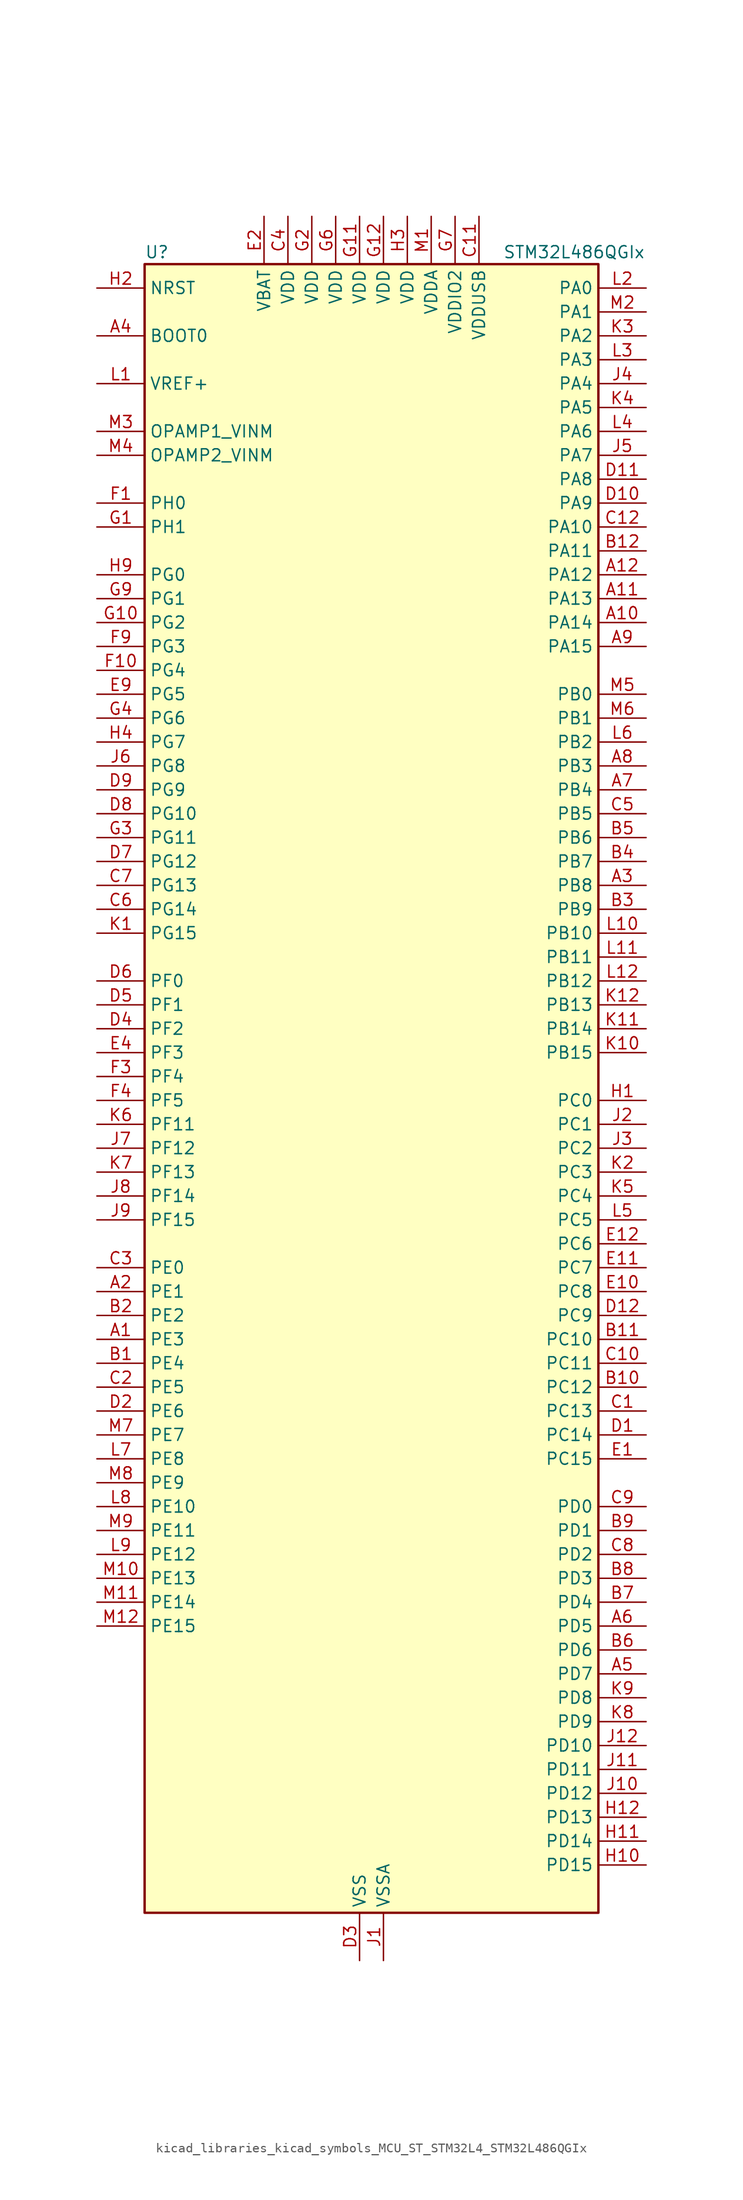
<source format=kicad_sym>
(kicad_symbol_lib
  (version 20220914)
  (generator kicad_symbol_editor)
  (symbol "kicad_libraries_kicad_symbols_MCU_ST_STM32L4_STM32L486QGIx"
    (property "Reference" "U"
      (at -22.86 90.17 0)
      (effects (font (size 1.27 1.27)) (justify left)))
    (property "Value" "STM32L486QGIx"
      (at 15.24 90.17 0)
      (effects (font (size 1.27 1.27)) (justify left)))
    (property "ki_locked" ""
      (at 0 0 0)
      (effects (font (size 1.27 1.27))))
    (symbol "kicad_libraries_kicad_symbols_MCU_ST_STM32L4_STM32L486QGIx_0_1"
      (rectangle (start -22.86 -86.36) (end 25.4 88.9) (stroke (width 0.254) (type default)) (fill (type background))))
    (symbol "kicad_libraries_kicad_symbols_MCU_ST_STM32L4_STM32L486QGIx_1_1"
      (pin bidirectional line (at -27.94 -25.4 0) (length 5.08) (name "PE3" (effects (font (size 1.27 1.27)))) (number "A1" (effects (font (size 1.27 1.27)))) (alternate "FMC_A19" bidirectional line) (alternate "LCD_SEG39" bidirectional line) (alternate "SAI1_SD_B" bidirectional line) (alternate "SYS_TRACED0" bidirectional line) (alternate "TIM3_CH1" bidirectional line) (alternate "TSC_G7_IO2" bidirectional line))
      (pin bidirectional line (at 30.48 50.8 180) (length 5.08) (name "PA14" (effects (font (size 1.27 1.27)))) (number "A10" (effects (font (size 1.27 1.27)))) (alternate "SYS_JTCK-SWCLK" bidirectional line))
      (pin bidirectional line (at 30.48 53.34 180) (length 5.08) (name "PA13" (effects (font (size 1.27 1.27)))) (number "A11" (effects (font (size 1.27 1.27)))) (alternate "IR_OUT" bidirectional line) (alternate "SYS_JTMS-SWDIO" bidirectional line) (alternate "USB_OTG_FS_NOE" bidirectional line))
      (pin bidirectional line (at 30.48 55.88 180) (length 5.08) (name "PA12" (effects (font (size 1.27 1.27)))) (number "A12" (effects (font (size 1.27 1.27)))) (alternate "CAN1_TX" bidirectional line) (alternate "TIM1_ETR" bidirectional line) (alternate "USART1_DE" bidirectional line) (alternate "USART1_RTS" bidirectional line) (alternate "USB_OTG_FS_DP" bidirectional line))
      (pin bidirectional line (at -27.94 -20.32 0) (length 5.08) (name "PE1" (effects (font (size 1.27 1.27)))) (number "A2" (effects (font (size 1.27 1.27)))) (alternate "FMC_NBL1" bidirectional line) (alternate "LCD_SEG37" bidirectional line) (alternate "TIM17_CH1" bidirectional line))
      (pin bidirectional line (at 30.48 22.86 180) (length 5.08) (name "PB8" (effects (font (size 1.27 1.27)))) (number "A3" (effects (font (size 1.27 1.27)))) (alternate "CAN1_RX" bidirectional line) (alternate "DFSDM1_DATIN6" bidirectional line) (alternate "I2C1_SCL" bidirectional line) (alternate "LCD_SEG16" bidirectional line) (alternate "SAI1_MCLK_A" bidirectional line) (alternate "SDMMC1_D4" bidirectional line) (alternate "TIM16_CH1" bidirectional line) (alternate "TIM4_CH3" bidirectional line))
      (pin input line (at -27.94 81.28 0) (length 5.08) (name "BOOT0" (effects (font (size 1.27 1.27)))) (number "A4" (effects (font (size 1.27 1.27)))))
      (pin bidirectional line (at 30.48 -60.96 180) (length 5.08) (name "PD7" (effects (font (size 1.27 1.27)))) (number "A5" (effects (font (size 1.27 1.27)))) (alternate "DFSDM1_CKIN1" bidirectional line) (alternate "FMC_NE1" bidirectional line) (alternate "USART2_CK" bidirectional line))
      (pin bidirectional line (at 30.48 -55.88 180) (length 5.08) (name "PD5" (effects (font (size 1.27 1.27)))) (number "A6" (effects (font (size 1.27 1.27)))) (alternate "FMC_NWE" bidirectional line) (alternate "USART2_TX" bidirectional line))
      (pin bidirectional line (at 30.48 33.02 180) (length 5.08) (name "PB4" (effects (font (size 1.27 1.27)))) (number "A7" (effects (font (size 1.27 1.27)))) (alternate "COMP2_INP" bidirectional line) (alternate "LCD_SEG8" bidirectional line) (alternate "SAI1_MCLK_B" bidirectional line) (alternate "SPI1_MISO" bidirectional line) (alternate "SPI3_MISO" bidirectional line) (alternate "SYS_JTRST" bidirectional line) (alternate "TIM17_BKIN" bidirectional line) (alternate "TIM3_CH1" bidirectional line) (alternate "TSC_G2_IO1" bidirectional line) (alternate "UART5_DE" bidirectional line) (alternate "UART5_RTS" bidirectional line) (alternate "USART1_CTS" bidirectional line))
      (pin bidirectional line (at 30.48 35.56 180) (length 5.08) (name "PB3" (effects (font (size 1.27 1.27)))) (number "A8" (effects (font (size 1.27 1.27)))) (alternate "COMP2_INM" bidirectional line) (alternate "LCD_SEG7" bidirectional line) (alternate "SAI1_SCK_B" bidirectional line) (alternate "SPI1_SCK" bidirectional line) (alternate "SPI3_SCK" bidirectional line) (alternate "SYS_JTDO-SWO" bidirectional line) (alternate "TIM2_CH2" bidirectional line) (alternate "USART1_DE" bidirectional line) (alternate "USART1_RTS" bidirectional line))
      (pin bidirectional line (at 30.48 48.26 180) (length 5.08) (name "PA15" (effects (font (size 1.27 1.27)))) (number "A9" (effects (font (size 1.27 1.27)))) (alternate "ADC1_EXTI15" bidirectional line) (alternate "ADC2_EXTI15" bidirectional line) (alternate "ADC3_EXTI15" bidirectional line) (alternate "LCD_SEG17" bidirectional line) (alternate "SAI2_FS_B" bidirectional line) (alternate "SPI1_NSS" bidirectional line) (alternate "SPI3_NSS" bidirectional line) (alternate "SYS_JTDI" bidirectional line) (alternate "TIM2_CH1" bidirectional line) (alternate "TIM2_ETR" bidirectional line) (alternate "TSC_G3_IO1" bidirectional line) (alternate "UART4_DE" bidirectional line) (alternate "UART4_RTS" bidirectional line))
      (pin bidirectional line (at -27.94 -27.94 0) (length 5.08) (name "PE4" (effects (font (size 1.27 1.27)))) (number "B1" (effects (font (size 1.27 1.27)))) (alternate "DFSDM1_DATIN3" bidirectional line) (alternate "FMC_A20" bidirectional line) (alternate "SAI1_FS_A" bidirectional line) (alternate "SYS_TRACED1" bidirectional line) (alternate "TIM3_CH2" bidirectional line) (alternate "TSC_G7_IO3" bidirectional line))
      (pin bidirectional line (at 30.48 -30.48 180) (length 5.08) (name "PC12" (effects (font (size 1.27 1.27)))) (number "B10" (effects (font (size 1.27 1.27)))) (alternate "LCD_COM6" bidirectional line) (alternate "LCD_SEG30" bidirectional line) (alternate "LCD_SEG42" bidirectional line) (alternate "SAI2_SD_B" bidirectional line) (alternate "SDMMC1_CK" bidirectional line) (alternate "SPI3_MOSI" bidirectional line) (alternate "TSC_G3_IO4" bidirectional line) (alternate "UART5_TX" bidirectional line) (alternate "USART3_CK" bidirectional line))
      (pin bidirectional line (at 30.48 -25.4 180) (length 5.08) (name "PC10" (effects (font (size 1.27 1.27)))) (number "B11" (effects (font (size 1.27 1.27)))) (alternate "LCD_COM4" bidirectional line) (alternate "LCD_SEG28" bidirectional line) (alternate "LCD_SEG40" bidirectional line) (alternate "SAI2_SCK_B" bidirectional line) (alternate "SDMMC1_D2" bidirectional line) (alternate "SPI3_SCK" bidirectional line) (alternate "TSC_G3_IO2" bidirectional line) (alternate "UART4_TX" bidirectional line) (alternate "USART3_TX" bidirectional line))
      (pin bidirectional line (at 30.48 58.42 180) (length 5.08) (name "PA11" (effects (font (size 1.27 1.27)))) (number "B12" (effects (font (size 1.27 1.27)))) (alternate "ADC1_EXTI11" bidirectional line) (alternate "ADC2_EXTI11" bidirectional line) (alternate "ADC3_EXTI11" bidirectional line) (alternate "CAN1_RX" bidirectional line) (alternate "TIM1_BKIN2" bidirectional line) (alternate "TIM1_BKIN2_COMP1" bidirectional line) (alternate "TIM1_CH4" bidirectional line) (alternate "USART1_CTS" bidirectional line) (alternate "USB_OTG_FS_DM" bidirectional line))
      (pin bidirectional line (at -27.94 -22.86 0) (length 5.08) (name "PE2" (effects (font (size 1.27 1.27)))) (number "B2" (effects (font (size 1.27 1.27)))) (alternate "FMC_A23" bidirectional line) (alternate "LCD_SEG38" bidirectional line) (alternate "SAI1_MCLK_A" bidirectional line) (alternate "SYS_TRACECLK" bidirectional line) (alternate "TIM3_ETR" bidirectional line) (alternate "TSC_G7_IO1" bidirectional line))
      (pin bidirectional line (at 30.48 20.32 180) (length 5.08) (name "PB9" (effects (font (size 1.27 1.27)))) (number "B3" (effects (font (size 1.27 1.27)))) (alternate "CAN1_TX" bidirectional line) (alternate "DAC1_EXTI9" bidirectional line) (alternate "DFSDM1_CKIN6" bidirectional line) (alternate "I2C1_SDA" bidirectional line) (alternate "IR_OUT" bidirectional line) (alternate "LCD_COM3" bidirectional line) (alternate "SAI1_FS_A" bidirectional line) (alternate "SDMMC1_D5" bidirectional line) (alternate "SPI2_NSS" bidirectional line) (alternate "TIM17_CH1" bidirectional line) (alternate "TIM4_CH4" bidirectional line))
      (pin bidirectional line (at 30.48 25.4 180) (length 5.08) (name "PB7" (effects (font (size 1.27 1.27)))) (number "B4" (effects (font (size 1.27 1.27)))) (alternate "COMP2_INM" bidirectional line) (alternate "DFSDM1_CKIN5" bidirectional line) (alternate "FMC_NL" bidirectional line) (alternate "I2C1_SDA" bidirectional line) (alternate "LCD_SEG21" bidirectional line) (alternate "LPTIM1_IN2" bidirectional line) (alternate "SYS_PVD_IN" bidirectional line) (alternate "TIM17_CH1N" bidirectional line) (alternate "TIM4_CH2" bidirectional line) (alternate "TIM8_BKIN" bidirectional line) (alternate "TIM8_BKIN_COMP1" bidirectional line) (alternate "TSC_G2_IO4" bidirectional line) (alternate "UART4_CTS" bidirectional line) (alternate "USART1_RX" bidirectional line))
      (pin bidirectional line (at 30.48 27.94 180) (length 5.08) (name "PB6" (effects (font (size 1.27 1.27)))) (number "B5" (effects (font (size 1.27 1.27)))) (alternate "COMP2_INP" bidirectional line) (alternate "DFSDM1_DATIN5" bidirectional line) (alternate "I2C1_SCL" bidirectional line) (alternate "LPTIM1_ETR" bidirectional line) (alternate "SAI1_FS_B" bidirectional line) (alternate "TIM16_CH1N" bidirectional line) (alternate "TIM4_CH1" bidirectional line) (alternate "TIM8_BKIN2" bidirectional line) (alternate "TIM8_BKIN2_COMP2" bidirectional line) (alternate "TSC_G2_IO3" bidirectional line) (alternate "USART1_TX" bidirectional line))
      (pin bidirectional line (at 30.48 -58.42 180) (length 5.08) (name "PD6" (effects (font (size 1.27 1.27)))) (number "B6" (effects (font (size 1.27 1.27)))) (alternate "DFSDM1_DATIN1" bidirectional line) (alternate "FMC_NWAIT" bidirectional line) (alternate "SAI1_SD_A" bidirectional line) (alternate "USART2_RX" bidirectional line))
      (pin bidirectional line (at 30.48 -53.34 180) (length 5.08) (name "PD4" (effects (font (size 1.27 1.27)))) (number "B7" (effects (font (size 1.27 1.27)))) (alternate "DFSDM1_CKIN0" bidirectional line) (alternate "FMC_NOE" bidirectional line) (alternate "SPI2_MOSI" bidirectional line) (alternate "USART2_DE" bidirectional line) (alternate "USART2_RTS" bidirectional line))
      (pin bidirectional line (at 30.48 -50.8 180) (length 5.08) (name "PD3" (effects (font (size 1.27 1.27)))) (number "B8" (effects (font (size 1.27 1.27)))) (alternate "DFSDM1_DATIN0" bidirectional line) (alternate "FMC_CLK" bidirectional line) (alternate "SPI2_MISO" bidirectional line) (alternate "USART2_CTS" bidirectional line))
      (pin bidirectional line (at 30.48 -45.72 180) (length 5.08) (name "PD1" (effects (font (size 1.27 1.27)))) (number "B9" (effects (font (size 1.27 1.27)))) (alternate "CAN1_TX" bidirectional line) (alternate "DFSDM1_CKIN7" bidirectional line) (alternate "FMC_D3" bidirectional line) (alternate "FMC_DA3" bidirectional line) (alternate "SPI2_SCK" bidirectional line))
      (pin bidirectional line (at 30.48 -33.02 180) (length 5.08) (name "PC13" (effects (font (size 1.27 1.27)))) (number "C1" (effects (font (size 1.27 1.27)))) (alternate "RTC_OUT_ALARM" bidirectional line) (alternate "RTC_OUT_CALIB" bidirectional line) (alternate "RTC_TAMP1" bidirectional line) (alternate "RTC_TS" bidirectional line) (alternate "SYS_WKUP2" bidirectional line))
      (pin bidirectional line (at 30.48 -27.94 180) (length 5.08) (name "PC11" (effects (font (size 1.27 1.27)))) (number "C10" (effects (font (size 1.27 1.27)))) (alternate "ADC1_EXTI11" bidirectional line) (alternate "ADC2_EXTI11" bidirectional line) (alternate "ADC3_EXTI11" bidirectional line) (alternate "LCD_COM5" bidirectional line) (alternate "LCD_SEG29" bidirectional line) (alternate "LCD_SEG41" bidirectional line) (alternate "SAI2_MCLK_B" bidirectional line) (alternate "SDMMC1_D3" bidirectional line) (alternate "SPI3_MISO" bidirectional line) (alternate "TSC_G3_IO3" bidirectional line) (alternate "UART4_RX" bidirectional line) (alternate "USART3_RX" bidirectional line))
      (pin power_in line (at 12.7 93.98 270) (length 5.08) (name "VDDUSB" (effects (font (size 1.27 1.27)))) (number "C11" (effects (font (size 1.27 1.27)))))
      (pin bidirectional line (at 30.48 60.96 180) (length 5.08) (name "PA10" (effects (font (size 1.27 1.27)))) (number "C12" (effects (font (size 1.27 1.27)))) (alternate "LCD_COM2" bidirectional line) (alternate "TIM17_BKIN" bidirectional line) (alternate "TIM1_CH3" bidirectional line) (alternate "USART1_RX" bidirectional line) (alternate "USB_OTG_FS_ID" bidirectional line))
      (pin bidirectional line (at -27.94 -30.48 0) (length 5.08) (name "PE5" (effects (font (size 1.27 1.27)))) (number "C2" (effects (font (size 1.27 1.27)))) (alternate "DFSDM1_CKIN3" bidirectional line) (alternate "FMC_A21" bidirectional line) (alternate "SAI1_SCK_A" bidirectional line) (alternate "SYS_TRACED2" bidirectional line) (alternate "TIM3_CH3" bidirectional line) (alternate "TSC_G7_IO4" bidirectional line))
      (pin bidirectional line (at -27.94 -17.78 0) (length 5.08) (name "PE0" (effects (font (size 1.27 1.27)))) (number "C3" (effects (font (size 1.27 1.27)))) (alternate "FMC_NBL0" bidirectional line) (alternate "LCD_SEG36" bidirectional line) (alternate "TIM16_CH1" bidirectional line) (alternate "TIM4_ETR" bidirectional line))
      (pin power_in line (at -7.62 93.98 270) (length 5.08) (name "VDD" (effects (font (size 1.27 1.27)))) (number "C4" (effects (font (size 1.27 1.27)))))
      (pin bidirectional line (at 30.48 30.48 180) (length 5.08) (name "PB5" (effects (font (size 1.27 1.27)))) (number "C5" (effects (font (size 1.27 1.27)))) (alternate "COMP2_OUT" bidirectional line) (alternate "I2C1_SMBA" bidirectional line) (alternate "LCD_SEG9" bidirectional line) (alternate "LPTIM1_IN1" bidirectional line) (alternate "SAI1_SD_B" bidirectional line) (alternate "SPI1_MOSI" bidirectional line) (alternate "SPI3_MOSI" bidirectional line) (alternate "TIM16_BKIN" bidirectional line) (alternate "TIM3_CH2" bidirectional line) (alternate "TSC_G2_IO2" bidirectional line) (alternate "UART5_CTS" bidirectional line) (alternate "USART1_CK" bidirectional line))
      (pin bidirectional line (at -27.94 20.32 0) (length 5.08) (name "PG14" (effects (font (size 1.27 1.27)))) (number "C6" (effects (font (size 1.27 1.27)))) (alternate "FMC_A25" bidirectional line) (alternate "I2C1_SCL" bidirectional line))
      (pin bidirectional line (at -27.94 22.86 0) (length 5.08) (name "PG13" (effects (font (size 1.27 1.27)))) (number "C7" (effects (font (size 1.27 1.27)))) (alternate "FMC_A24" bidirectional line) (alternate "I2C1_SDA" bidirectional line) (alternate "USART1_CK" bidirectional line))
      (pin bidirectional line (at 30.48 -48.26 180) (length 5.08) (name "PD2" (effects (font (size 1.27 1.27)))) (number "C8" (effects (font (size 1.27 1.27)))) (alternate "LCD_COM7" bidirectional line) (alternate "LCD_SEG31" bidirectional line) (alternate "LCD_SEG43" bidirectional line) (alternate "SDMMC1_CMD" bidirectional line) (alternate "TIM3_ETR" bidirectional line) (alternate "TSC_SYNC" bidirectional line) (alternate "UART5_RX" bidirectional line) (alternate "USART3_DE" bidirectional line) (alternate "USART3_RTS" bidirectional line))
      (pin bidirectional line (at 30.48 -43.18 180) (length 5.08) (name "PD0" (effects (font (size 1.27 1.27)))) (number "C9" (effects (font (size 1.27 1.27)))) (alternate "CAN1_RX" bidirectional line) (alternate "DFSDM1_DATIN7" bidirectional line) (alternate "FMC_D2" bidirectional line) (alternate "FMC_DA2" bidirectional line) (alternate "SPI2_NSS" bidirectional line))
      (pin bidirectional line (at 30.48 -35.56 180) (length 5.08) (name "PC14" (effects (font (size 1.27 1.27)))) (number "D1" (effects (font (size 1.27 1.27)))) (alternate "RCC_OSC32_IN" bidirectional line))
      (pin bidirectional line (at 30.48 63.5 180) (length 5.08) (name "PA9" (effects (font (size 1.27 1.27)))) (number "D10" (effects (font (size 1.27 1.27)))) (alternate "DAC1_EXTI9" bidirectional line) (alternate "LCD_COM1" bidirectional line) (alternate "TIM15_BKIN" bidirectional line) (alternate "TIM1_CH2" bidirectional line) (alternate "USART1_TX" bidirectional line) (alternate "USB_OTG_FS_VBUS" bidirectional line))
      (pin bidirectional line (at 30.48 66.04 180) (length 5.08) (name "PA8" (effects (font (size 1.27 1.27)))) (number "D11" (effects (font (size 1.27 1.27)))) (alternate "LCD_COM0" bidirectional line) (alternate "LPTIM2_OUT" bidirectional line) (alternate "RCC_MCO" bidirectional line) (alternate "TIM1_CH1" bidirectional line) (alternate "USART1_CK" bidirectional line) (alternate "USB_OTG_FS_SOF" bidirectional line))
      (pin bidirectional line (at 30.48 -22.86 180) (length 5.08) (name "PC9" (effects (font (size 1.27 1.27)))) (number "D12" (effects (font (size 1.27 1.27)))) (alternate "DAC1_EXTI9" bidirectional line) (alternate "LCD_SEG27" bidirectional line) (alternate "SAI2_EXTCLK" bidirectional line) (alternate "SDMMC1_D1" bidirectional line) (alternate "TIM3_CH4" bidirectional line) (alternate "TIM8_BKIN2" bidirectional line) (alternate "TIM8_BKIN2_COMP1" bidirectional line) (alternate "TIM8_CH4" bidirectional line) (alternate "TSC_G4_IO4" bidirectional line) (alternate "USB_OTG_FS_NOE" bidirectional line))
      (pin bidirectional line (at -27.94 -33.02 0) (length 5.08) (name "PE6" (effects (font (size 1.27 1.27)))) (number "D2" (effects (font (size 1.27 1.27)))) (alternate "FMC_A22" bidirectional line) (alternate "RTC_TAMP3" bidirectional line) (alternate "SAI1_SD_A" bidirectional line) (alternate "SYS_TRACED3" bidirectional line) (alternate "SYS_WKUP3" bidirectional line) (alternate "TIM3_CH4" bidirectional line))
      (pin power_in line (at 0 -91.44 90) (length 5.08) (name "VSS" (effects (font (size 1.27 1.27)))) (number "D3" (effects (font (size 1.27 1.27)))))
      (pin bidirectional line (at -27.94 7.62 0) (length 5.08) (name "PF2" (effects (font (size 1.27 1.27)))) (number "D4" (effects (font (size 1.27 1.27)))) (alternate "FMC_A2" bidirectional line) (alternate "I2C2_SMBA" bidirectional line))
      (pin bidirectional line (at -27.94 10.16 0) (length 5.08) (name "PF1" (effects (font (size 1.27 1.27)))) (number "D5" (effects (font (size 1.27 1.27)))) (alternate "FMC_A1" bidirectional line) (alternate "I2C2_SCL" bidirectional line))
      (pin bidirectional line (at -27.94 12.7 0) (length 5.08) (name "PF0" (effects (font (size 1.27 1.27)))) (number "D6" (effects (font (size 1.27 1.27)))) (alternate "FMC_A0" bidirectional line) (alternate "I2C2_SDA" bidirectional line))
      (pin bidirectional line (at -27.94 25.4 0) (length 5.08) (name "PG12" (effects (font (size 1.27 1.27)))) (number "D7" (effects (font (size 1.27 1.27)))) (alternate "FMC_NE4" bidirectional line) (alternate "LPTIM1_ETR" bidirectional line) (alternate "SAI2_SD_A" bidirectional line) (alternate "SPI3_NSS" bidirectional line) (alternate "USART1_DE" bidirectional line) (alternate "USART1_RTS" bidirectional line))
      (pin bidirectional line (at -27.94 30.48 0) (length 5.08) (name "PG10" (effects (font (size 1.27 1.27)))) (number "D8" (effects (font (size 1.27 1.27)))) (alternate "FMC_NE3" bidirectional line) (alternate "LPTIM1_IN1" bidirectional line) (alternate "SAI2_FS_A" bidirectional line) (alternate "SPI3_MISO" bidirectional line) (alternate "TIM15_CH1" bidirectional line) (alternate "USART1_RX" bidirectional line))
      (pin bidirectional line (at -27.94 33.02 0) (length 5.08) (name "PG9" (effects (font (size 1.27 1.27)))) (number "D9" (effects (font (size 1.27 1.27)))) (alternate "DAC1_EXTI9" bidirectional line) (alternate "FMC_NCE3" bidirectional line) (alternate "FMC_NE2" bidirectional line) (alternate "SAI2_SCK_A" bidirectional line) (alternate "SPI3_SCK" bidirectional line) (alternate "TIM15_CH1N" bidirectional line) (alternate "USART1_TX" bidirectional line))
      (pin bidirectional line (at 30.48 -38.1 180) (length 5.08) (name "PC15" (effects (font (size 1.27 1.27)))) (number "E1" (effects (font (size 1.27 1.27)))) (alternate "ADC1_EXTI15" bidirectional line) (alternate "ADC2_EXTI15" bidirectional line) (alternate "ADC3_EXTI15" bidirectional line) (alternate "RCC_OSC32_OUT" bidirectional line))
      (pin bidirectional line (at 30.48 -20.32 180) (length 5.08) (name "PC8" (effects (font (size 1.27 1.27)))) (number "E10" (effects (font (size 1.27 1.27)))) (alternate "LCD_SEG26" bidirectional line) (alternate "SDMMC1_D0" bidirectional line) (alternate "TIM3_CH3" bidirectional line) (alternate "TIM8_CH3" bidirectional line) (alternate "TSC_G4_IO3" bidirectional line))
      (pin bidirectional line (at 30.48 -17.78 180) (length 5.08) (name "PC7" (effects (font (size 1.27 1.27)))) (number "E11" (effects (font (size 1.27 1.27)))) (alternate "DFSDM1_DATIN3" bidirectional line) (alternate "LCD_SEG25" bidirectional line) (alternate "SAI2_MCLK_B" bidirectional line) (alternate "SDMMC1_D7" bidirectional line) (alternate "TIM3_CH2" bidirectional line) (alternate "TIM8_CH2" bidirectional line) (alternate "TSC_G4_IO2" bidirectional line))
      (pin bidirectional line (at 30.48 -15.24 180) (length 5.08) (name "PC6" (effects (font (size 1.27 1.27)))) (number "E12" (effects (font (size 1.27 1.27)))) (alternate "DFSDM1_CKIN3" bidirectional line) (alternate "LCD_SEG24" bidirectional line) (alternate "SAI2_MCLK_A" bidirectional line) (alternate "SDMMC1_D6" bidirectional line) (alternate "TIM3_CH1" bidirectional line) (alternate "TIM8_CH1" bidirectional line) (alternate "TSC_G4_IO1" bidirectional line))
      (pin power_in line (at -10.16 93.98 270) (length 5.08) (name "VBAT" (effects (font (size 1.27 1.27)))) (number "E2" (effects (font (size 1.27 1.27)))))
      (pin passive line (at 0 -91.44 90) (length 5.08) hide (name "VSS" (effects (font (size 1.27 1.27)))) (number "E3" (effects (font (size 1.27 1.27)))))
      (pin bidirectional line (at -27.94 5.08 0) (length 5.08) (name "PF3" (effects (font (size 1.27 1.27)))) (number "E4" (effects (font (size 1.27 1.27)))) (alternate "ADC3_IN6" bidirectional line) (alternate "FMC_A3" bidirectional line))
      (pin bidirectional line (at -27.94 43.18 0) (length 5.08) (name "PG5" (effects (font (size 1.27 1.27)))) (number "E9" (effects (font (size 1.27 1.27)))) (alternate "FMC_A15" bidirectional line) (alternate "LPUART1_CTS" bidirectional line) (alternate "SAI2_SD_B" bidirectional line) (alternate "SPI1_NSS" bidirectional line))
      (pin bidirectional line (at -27.94 63.5 0) (length 5.08) (name "PH0" (effects (font (size 1.27 1.27)))) (number "F1" (effects (font (size 1.27 1.27)))) (alternate "RCC_OSC_IN" bidirectional line))
      (pin bidirectional line (at -27.94 45.72 0) (length 5.08) (name "PG4" (effects (font (size 1.27 1.27)))) (number "F10" (effects (font (size 1.27 1.27)))) (alternate "FMC_A14" bidirectional line) (alternate "SAI2_MCLK_B" bidirectional line) (alternate "SPI1_MOSI" bidirectional line))
      (pin passive line (at 0 -91.44 90) (length 5.08) hide (name "VSS" (effects (font (size 1.27 1.27)))) (number "F11" (effects (font (size 1.27 1.27)))))
      (pin passive line (at 0 -91.44 90) (length 5.08) hide (name "VSS" (effects (font (size 1.27 1.27)))) (number "F12" (effects (font (size 1.27 1.27)))))
      (pin passive line (at 0 -91.44 90) (length 5.08) hide (name "VSS" (effects (font (size 1.27 1.27)))) (number "F2" (effects (font (size 1.27 1.27)))))
      (pin bidirectional line (at -27.94 2.54 0) (length 5.08) (name "PF4" (effects (font (size 1.27 1.27)))) (number "F3" (effects (font (size 1.27 1.27)))) (alternate "ADC3_IN7" bidirectional line) (alternate "FMC_A4" bidirectional line))
      (pin bidirectional line (at -27.94 0 0) (length 5.08) (name "PF5" (effects (font (size 1.27 1.27)))) (number "F4" (effects (font (size 1.27 1.27)))) (alternate "ADC3_IN8" bidirectional line) (alternate "FMC_A5" bidirectional line))
      (pin passive line (at 0 -91.44 90) (length 5.08) hide (name "VSS" (effects (font (size 1.27 1.27)))) (number "F6" (effects (font (size 1.27 1.27)))))
      (pin passive line (at 0 -91.44 90) (length 5.08) hide (name "VSS" (effects (font (size 1.27 1.27)))) (number "F7" (effects (font (size 1.27 1.27)))))
      (pin bidirectional line (at -27.94 48.26 0) (length 5.08) (name "PG3" (effects (font (size 1.27 1.27)))) (number "F9" (effects (font (size 1.27 1.27)))) (alternate "FMC_A13" bidirectional line) (alternate "SAI2_FS_B" bidirectional line) (alternate "SPI1_MISO" bidirectional line))
      (pin bidirectional line (at -27.94 60.96 0) (length 5.08) (name "PH1" (effects (font (size 1.27 1.27)))) (number "G1" (effects (font (size 1.27 1.27)))) (alternate "RCC_OSC_OUT" bidirectional line))
      (pin bidirectional line (at -27.94 50.8 0) (length 5.08) (name "PG2" (effects (font (size 1.27 1.27)))) (number "G10" (effects (font (size 1.27 1.27)))) (alternate "FMC_A12" bidirectional line) (alternate "SAI2_SCK_B" bidirectional line) (alternate "SPI1_SCK" bidirectional line))
      (pin power_in line (at 0 93.98 270) (length 5.08) (name "VDD" (effects (font (size 1.27 1.27)))) (number "G11" (effects (font (size 1.27 1.27)))))
      (pin power_in line (at 2.54 93.98 270) (length 5.08) (name "VDD" (effects (font (size 1.27 1.27)))) (number "G12" (effects (font (size 1.27 1.27)))))
      (pin power_in line (at -5.08 93.98 270) (length 5.08) (name "VDD" (effects (font (size 1.27 1.27)))) (number "G2" (effects (font (size 1.27 1.27)))))
      (pin bidirectional line (at -27.94 27.94 0) (length 5.08) (name "PG11" (effects (font (size 1.27 1.27)))) (number "G3" (effects (font (size 1.27 1.27)))) (alternate "ADC1_EXTI11" bidirectional line) (alternate "ADC2_EXTI11" bidirectional line) (alternate "ADC3_EXTI11" bidirectional line) (alternate "LPTIM1_IN2" bidirectional line) (alternate "SAI2_MCLK_A" bidirectional line) (alternate "SPI3_MOSI" bidirectional line) (alternate "TIM15_CH2" bidirectional line) (alternate "USART1_CTS" bidirectional line))
      (pin bidirectional line (at -27.94 40.64 0) (length 5.08) (name "PG6" (effects (font (size 1.27 1.27)))) (number "G4" (effects (font (size 1.27 1.27)))) (alternate "I2C3_SMBA" bidirectional line) (alternate "LPUART1_DE" bidirectional line) (alternate "LPUART1_RTS" bidirectional line))
      (pin power_in line (at -2.54 93.98 270) (length 5.08) (name "VDD" (effects (font (size 1.27 1.27)))) (number "G6" (effects (font (size 1.27 1.27)))))
      (pin power_in line (at 10.16 93.98 270) (length 5.08) (name "VDDIO2" (effects (font (size 1.27 1.27)))) (number "G7" (effects (font (size 1.27 1.27)))))
      (pin bidirectional line (at -27.94 53.34 0) (length 5.08) (name "PG1" (effects (font (size 1.27 1.27)))) (number "G9" (effects (font (size 1.27 1.27)))) (alternate "FMC_A11" bidirectional line) (alternate "TSC_G8_IO4" bidirectional line))
      (pin bidirectional line (at 30.48 0 180) (length 5.08) (name "PC0" (effects (font (size 1.27 1.27)))) (number "H1" (effects (font (size 1.27 1.27)))) (alternate "ADC1_IN1" bidirectional line) (alternate "ADC2_IN1" bidirectional line) (alternate "ADC3_IN1" bidirectional line) (alternate "DFSDM1_DATIN4" bidirectional line) (alternate "I2C3_SCL" bidirectional line) (alternate "LCD_SEG18" bidirectional line) (alternate "LPTIM1_IN1" bidirectional line) (alternate "LPTIM2_IN1" bidirectional line) (alternate "LPUART1_RX" bidirectional line))
      (pin bidirectional line (at 30.48 -81.28 180) (length 5.08) (name "PD15" (effects (font (size 1.27 1.27)))) (number "H10" (effects (font (size 1.27 1.27)))) (alternate "ADC1_EXTI15" bidirectional line) (alternate "ADC2_EXTI15" bidirectional line) (alternate "ADC3_EXTI15" bidirectional line) (alternate "FMC_D1" bidirectional line) (alternate "FMC_DA1" bidirectional line) (alternate "LCD_SEG35" bidirectional line) (alternate "TIM4_CH4" bidirectional line))
      (pin bidirectional line (at 30.48 -78.74 180) (length 5.08) (name "PD14" (effects (font (size 1.27 1.27)))) (number "H11" (effects (font (size 1.27 1.27)))) (alternate "FMC_D0" bidirectional line) (alternate "FMC_DA0" bidirectional line) (alternate "LCD_SEG34" bidirectional line) (alternate "TIM4_CH3" bidirectional line))
      (pin bidirectional line (at 30.48 -76.2 180) (length 5.08) (name "PD13" (effects (font (size 1.27 1.27)))) (number "H12" (effects (font (size 1.27 1.27)))) (alternate "FMC_A18" bidirectional line) (alternate "LCD_SEG33" bidirectional line) (alternate "LPTIM2_OUT" bidirectional line) (alternate "TIM4_CH2" bidirectional line) (alternate "TSC_G6_IO4" bidirectional line))
      (pin input line (at -27.94 86.36 0) (length 5.08) (name "NRST" (effects (font (size 1.27 1.27)))) (number "H2" (effects (font (size 1.27 1.27)))))
      (pin power_in line (at 5.08 93.98 270) (length 5.08) (name "VDD" (effects (font (size 1.27 1.27)))) (number "H3" (effects (font (size 1.27 1.27)))))
      (pin bidirectional line (at -27.94 38.1 0) (length 5.08) (name "PG7" (effects (font (size 1.27 1.27)))) (number "H4" (effects (font (size 1.27 1.27)))) (alternate "FMC_INT3" bidirectional line) (alternate "I2C3_SCL" bidirectional line) (alternate "LPUART1_TX" bidirectional line))
      (pin bidirectional line (at -27.94 55.88 0) (length 5.08) (name "PG0" (effects (font (size 1.27 1.27)))) (number "H9" (effects (font (size 1.27 1.27)))) (alternate "FMC_A10" bidirectional line) (alternate "TSC_G8_IO3" bidirectional line))
      (pin power_in line (at 2.54 -91.44 90) (length 5.08) (name "VSSA" (effects (font (size 1.27 1.27)))) (number "J1" (effects (font (size 1.27 1.27)))))
      (pin bidirectional line (at 30.48 -73.66 180) (length 5.08) (name "PD12" (effects (font (size 1.27 1.27)))) (number "J10" (effects (font (size 1.27 1.27)))) (alternate "FMC_A17" bidirectional line) (alternate "FMC_ALE" bidirectional line) (alternate "LCD_SEG32" bidirectional line) (alternate "LPTIM2_IN1" bidirectional line) (alternate "SAI2_FS_A" bidirectional line) (alternate "TIM4_CH1" bidirectional line) (alternate "TSC_G6_IO3" bidirectional line) (alternate "USART3_DE" bidirectional line) (alternate "USART3_RTS" bidirectional line))
      (pin bidirectional line (at 30.48 -71.12 180) (length 5.08) (name "PD11" (effects (font (size 1.27 1.27)))) (number "J11" (effects (font (size 1.27 1.27)))) (alternate "ADC1_EXTI11" bidirectional line) (alternate "ADC2_EXTI11" bidirectional line) (alternate "ADC3_EXTI11" bidirectional line) (alternate "FMC_A16" bidirectional line) (alternate "FMC_CLE" bidirectional line) (alternate "LCD_SEG31" bidirectional line) (alternate "LPTIM2_ETR" bidirectional line) (alternate "SAI2_SD_A" bidirectional line) (alternate "TSC_G6_IO2" bidirectional line) (alternate "USART3_CTS" bidirectional line))
      (pin bidirectional line (at 30.48 -68.58 180) (length 5.08) (name "PD10" (effects (font (size 1.27 1.27)))) (number "J12" (effects (font (size 1.27 1.27)))) (alternate "FMC_D15" bidirectional line) (alternate "FMC_DA15" bidirectional line) (alternate "LCD_SEG30" bidirectional line) (alternate "SAI2_SCK_A" bidirectional line) (alternate "TSC_G6_IO1" bidirectional line) (alternate "USART3_CK" bidirectional line))
      (pin bidirectional line (at 30.48 -2.54 180) (length 5.08) (name "PC1" (effects (font (size 1.27 1.27)))) (number "J2" (effects (font (size 1.27 1.27)))) (alternate "ADC1_IN2" bidirectional line) (alternate "ADC2_IN2" bidirectional line) (alternate "ADC3_IN2" bidirectional line) (alternate "DFSDM1_CKIN4" bidirectional line) (alternate "I2C3_SDA" bidirectional line) (alternate "LCD_SEG19" bidirectional line) (alternate "LPTIM1_OUT" bidirectional line) (alternate "LPUART1_TX" bidirectional line))
      (pin bidirectional line (at 30.48 -5.08 180) (length 5.08) (name "PC2" (effects (font (size 1.27 1.27)))) (number "J3" (effects (font (size 1.27 1.27)))) (alternate "ADC1_IN3" bidirectional line) (alternate "ADC2_IN3" bidirectional line) (alternate "ADC3_IN3" bidirectional line) (alternate "DFSDM1_CKOUT" bidirectional line) (alternate "LCD_SEG20" bidirectional line) (alternate "LPTIM1_IN2" bidirectional line) (alternate "SPI2_MISO" bidirectional line))
      (pin bidirectional line (at 30.48 76.2 180) (length 5.08) (name "PA4" (effects (font (size 1.27 1.27)))) (number "J4" (effects (font (size 1.27 1.27)))) (alternate "ADC1_IN9" bidirectional line) (alternate "ADC2_IN9" bidirectional line) (alternate "DAC1_OUT1" bidirectional line) (alternate "LPTIM2_OUT" bidirectional line) (alternate "SAI1_FS_B" bidirectional line) (alternate "SPI1_NSS" bidirectional line) (alternate "SPI3_NSS" bidirectional line) (alternate "USART2_CK" bidirectional line))
      (pin bidirectional line (at 30.48 68.58 180) (length 5.08) (name "PA7" (effects (font (size 1.27 1.27)))) (number "J5" (effects (font (size 1.27 1.27)))) (alternate "ADC1_IN12" bidirectional line) (alternate "ADC2_IN12" bidirectional line) (alternate "LCD_SEG4" bidirectional line) (alternate "OPAMP2_VINM" bidirectional line) (alternate "QUADSPI_BK1_IO2" bidirectional line) (alternate "SPI1_MOSI" bidirectional line) (alternate "TIM17_CH1" bidirectional line) (alternate "TIM1_CH1N" bidirectional line) (alternate "TIM3_CH2" bidirectional line) (alternate "TIM8_CH1N" bidirectional line))
      (pin bidirectional line (at -27.94 35.56 0) (length 5.08) (name "PG8" (effects (font (size 1.27 1.27)))) (number "J6" (effects (font (size 1.27 1.27)))) (alternate "I2C3_SDA" bidirectional line) (alternate "LPUART1_RX" bidirectional line))
      (pin bidirectional line (at -27.94 -5.08 0) (length 5.08) (name "PF12" (effects (font (size 1.27 1.27)))) (number "J7" (effects (font (size 1.27 1.27)))) (alternate "FMC_A6" bidirectional line))
      (pin bidirectional line (at -27.94 -10.16 0) (length 5.08) (name "PF14" (effects (font (size 1.27 1.27)))) (number "J8" (effects (font (size 1.27 1.27)))) (alternate "DFSDM1_CKIN6" bidirectional line) (alternate "FMC_A8" bidirectional line) (alternate "TSC_G8_IO1" bidirectional line))
      (pin bidirectional line (at -27.94 -12.7 0) (length 5.08) (name "PF15" (effects (font (size 1.27 1.27)))) (number "J9" (effects (font (size 1.27 1.27)))) (alternate "ADC1_EXTI15" bidirectional line) (alternate "ADC2_EXTI15" bidirectional line) (alternate "ADC3_EXTI15" bidirectional line) (alternate "FMC_A9" bidirectional line) (alternate "TSC_G8_IO2" bidirectional line))
      (pin bidirectional line (at -27.94 17.78 0) (length 5.08) (name "PG15" (effects (font (size 1.27 1.27)))) (number "K1" (effects (font (size 1.27 1.27)))) (alternate "ADC1_EXTI15" bidirectional line) (alternate "ADC2_EXTI15" bidirectional line) (alternate "ADC3_EXTI15" bidirectional line) (alternate "I2C1_SMBA" bidirectional line) (alternate "LPTIM1_OUT" bidirectional line))
      (pin bidirectional line (at 30.48 5.08 180) (length 5.08) (name "PB15" (effects (font (size 1.27 1.27)))) (number "K10" (effects (font (size 1.27 1.27)))) (alternate "ADC1_EXTI15" bidirectional line) (alternate "ADC2_EXTI15" bidirectional line) (alternate "ADC3_EXTI15" bidirectional line) (alternate "DFSDM1_CKIN2" bidirectional line) (alternate "LCD_SEG15" bidirectional line) (alternate "RTC_REFIN" bidirectional line) (alternate "SAI2_SD_A" bidirectional line) (alternate "SPI2_MOSI" bidirectional line) (alternate "SWPMI1_SUSPEND" bidirectional line) (alternate "TIM15_CH2" bidirectional line) (alternate "TIM1_CH3N" bidirectional line) (alternate "TIM8_CH3N" bidirectional line) (alternate "TSC_G1_IO4" bidirectional line))
      (pin bidirectional line (at 30.48 7.62 180) (length 5.08) (name "PB14" (effects (font (size 1.27 1.27)))) (number "K11" (effects (font (size 1.27 1.27)))) (alternate "DFSDM1_DATIN2" bidirectional line) (alternate "I2C2_SDA" bidirectional line) (alternate "LCD_SEG14" bidirectional line) (alternate "SAI2_MCLK_A" bidirectional line) (alternate "SPI2_MISO" bidirectional line) (alternate "SWPMI1_RX" bidirectional line) (alternate "TIM15_CH1" bidirectional line) (alternate "TIM1_CH2N" bidirectional line) (alternate "TIM8_CH2N" bidirectional line) (alternate "TSC_G1_IO3" bidirectional line) (alternate "USART3_DE" bidirectional line) (alternate "USART3_RTS" bidirectional line))
      (pin bidirectional line (at 30.48 10.16 180) (length 5.08) (name "PB13" (effects (font (size 1.27 1.27)))) (number "K12" (effects (font (size 1.27 1.27)))) (alternate "DFSDM1_CKIN1" bidirectional line) (alternate "I2C2_SCL" bidirectional line) (alternate "LCD_SEG13" bidirectional line) (alternate "LPUART1_CTS" bidirectional line) (alternate "SAI2_SCK_A" bidirectional line) (alternate "SPI2_SCK" bidirectional line) (alternate "SWPMI1_TX" bidirectional line) (alternate "TIM15_CH1N" bidirectional line) (alternate "TIM1_CH1N" bidirectional line) (alternate "TSC_G1_IO2" bidirectional line) (alternate "USART3_CTS" bidirectional line))
      (pin bidirectional line (at 30.48 -7.62 180) (length 5.08) (name "PC3" (effects (font (size 1.27 1.27)))) (number "K2" (effects (font (size 1.27 1.27)))) (alternate "ADC1_IN4" bidirectional line) (alternate "ADC2_IN4" bidirectional line) (alternate "ADC3_IN4" bidirectional line) (alternate "LCD_VLCD" bidirectional line) (alternate "LPTIM1_ETR" bidirectional line) (alternate "LPTIM2_ETR" bidirectional line) (alternate "SAI1_SD_A" bidirectional line) (alternate "SPI2_MOSI" bidirectional line))
      (pin bidirectional line (at 30.48 81.28 180) (length 5.08) (name "PA2" (effects (font (size 1.27 1.27)))) (number "K3" (effects (font (size 1.27 1.27)))) (alternate "ADC1_IN7" bidirectional line) (alternate "ADC2_IN7" bidirectional line) (alternate "LCD_SEG1" bidirectional line) (alternate "RCC_LSCO" bidirectional line) (alternate "SAI2_EXTCLK" bidirectional line) (alternate "SYS_WKUP4" bidirectional line) (alternate "TIM15_CH1" bidirectional line) (alternate "TIM2_CH3" bidirectional line) (alternate "TIM5_CH3" bidirectional line) (alternate "USART2_TX" bidirectional line))
      (pin bidirectional line (at 30.48 73.66 180) (length 5.08) (name "PA5" (effects (font (size 1.27 1.27)))) (number "K4" (effects (font (size 1.27 1.27)))) (alternate "ADC1_IN10" bidirectional line) (alternate "ADC2_IN10" bidirectional line) (alternate "DAC1_OUT2" bidirectional line) (alternate "LPTIM2_ETR" bidirectional line) (alternate "SPI1_SCK" bidirectional line) (alternate "TIM2_CH1" bidirectional line) (alternate "TIM2_ETR" bidirectional line) (alternate "TIM8_CH1N" bidirectional line))
      (pin bidirectional line (at 30.48 -10.16 180) (length 5.08) (name "PC4" (effects (font (size 1.27 1.27)))) (number "K5" (effects (font (size 1.27 1.27)))) (alternate "ADC1_IN13" bidirectional line) (alternate "ADC2_IN13" bidirectional line) (alternate "COMP1_INM" bidirectional line) (alternate "LCD_SEG22" bidirectional line) (alternate "USART3_TX" bidirectional line))
      (pin bidirectional line (at -27.94 -2.54 0) (length 5.08) (name "PF11" (effects (font (size 1.27 1.27)))) (number "K6" (effects (font (size 1.27 1.27)))) (alternate "ADC1_EXTI11" bidirectional line) (alternate "ADC2_EXTI11" bidirectional line) (alternate "ADC3_EXTI11" bidirectional line))
      (pin bidirectional line (at -27.94 -7.62 0) (length 5.08) (name "PF13" (effects (font (size 1.27 1.27)))) (number "K7" (effects (font (size 1.27 1.27)))) (alternate "DFSDM1_DATIN6" bidirectional line) (alternate "FMC_A7" bidirectional line))
      (pin bidirectional line (at 30.48 -66.04 180) (length 5.08) (name "PD9" (effects (font (size 1.27 1.27)))) (number "K8" (effects (font (size 1.27 1.27)))) (alternate "DAC1_EXTI9" bidirectional line) (alternate "FMC_D14" bidirectional line) (alternate "FMC_DA14" bidirectional line) (alternate "LCD_SEG29" bidirectional line) (alternate "SAI2_MCLK_A" bidirectional line) (alternate "USART3_RX" bidirectional line))
      (pin bidirectional line (at 30.48 -63.5 180) (length 5.08) (name "PD8" (effects (font (size 1.27 1.27)))) (number "K9" (effects (font (size 1.27 1.27)))) (alternate "FMC_D13" bidirectional line) (alternate "FMC_DA13" bidirectional line) (alternate "LCD_SEG28" bidirectional line) (alternate "USART3_TX" bidirectional line))
      (pin input line (at -27.94 76.2 0) (length 5.08) (name "VREF+" (effects (font (size 1.27 1.27)))) (number "L1" (effects (font (size 1.27 1.27)))) (alternate "VREFBUF_OUT" bidirectional line))
      (pin bidirectional line (at 30.48 17.78 180) (length 5.08) (name "PB10" (effects (font (size 1.27 1.27)))) (number "L10" (effects (font (size 1.27 1.27)))) (alternate "COMP1_OUT" bidirectional line) (alternate "DFSDM1_DATIN7" bidirectional line) (alternate "I2C2_SCL" bidirectional line) (alternate "LCD_SEG10" bidirectional line) (alternate "LPUART1_RX" bidirectional line) (alternate "QUADSPI_CLK" bidirectional line) (alternate "SAI1_SCK_A" bidirectional line) (alternate "SPI2_SCK" bidirectional line) (alternate "TIM2_CH3" bidirectional line) (alternate "USART3_TX" bidirectional line))
      (pin bidirectional line (at 30.48 15.24 180) (length 5.08) (name "PB11" (effects (font (size 1.27 1.27)))) (number "L11" (effects (font (size 1.27 1.27)))) (alternate "ADC1_EXTI11" bidirectional line) (alternate "ADC2_EXTI11" bidirectional line) (alternate "ADC3_EXTI11" bidirectional line) (alternate "COMP2_OUT" bidirectional line) (alternate "DFSDM1_CKIN7" bidirectional line) (alternate "I2C2_SDA" bidirectional line) (alternate "LCD_SEG11" bidirectional line) (alternate "LPUART1_TX" bidirectional line) (alternate "QUADSPI_NCS" bidirectional line) (alternate "TIM2_CH4" bidirectional line) (alternate "USART3_RX" bidirectional line))
      (pin bidirectional line (at 30.48 12.7 180) (length 5.08) (name "PB12" (effects (font (size 1.27 1.27)))) (number "L12" (effects (font (size 1.27 1.27)))) (alternate "DFSDM1_DATIN1" bidirectional line) (alternate "I2C2_SMBA" bidirectional line) (alternate "LCD_SEG12" bidirectional line) (alternate "LPUART1_DE" bidirectional line) (alternate "LPUART1_RTS" bidirectional line) (alternate "SAI2_FS_A" bidirectional line) (alternate "SPI2_NSS" bidirectional line) (alternate "SWPMI1_IO" bidirectional line) (alternate "TIM15_BKIN" bidirectional line) (alternate "TIM1_BKIN" bidirectional line) (alternate "TIM1_BKIN_COMP2" bidirectional line) (alternate "TSC_G1_IO1" bidirectional line) (alternate "USART3_CK" bidirectional line))
      (pin bidirectional line (at 30.48 86.36 180) (length 5.08) (name "PA0" (effects (font (size 1.27 1.27)))) (number "L2" (effects (font (size 1.27 1.27)))) (alternate "ADC1_IN5" bidirectional line) (alternate "ADC2_IN5" bidirectional line) (alternate "OPAMP1_VINP" bidirectional line) (alternate "RTC_TAMP2" bidirectional line) (alternate "SAI1_EXTCLK" bidirectional line) (alternate "SYS_WKUP1" bidirectional line) (alternate "TIM2_CH1" bidirectional line) (alternate "TIM2_ETR" bidirectional line) (alternate "TIM5_CH1" bidirectional line) (alternate "TIM8_ETR" bidirectional line) (alternate "UART4_TX" bidirectional line) (alternate "USART2_CTS" bidirectional line))
      (pin bidirectional line (at 30.48 78.74 180) (length 5.08) (name "PA3" (effects (font (size 1.27 1.27)))) (number "L3" (effects (font (size 1.27 1.27)))) (alternate "ADC1_IN8" bidirectional line) (alternate "ADC2_IN8" bidirectional line) (alternate "LCD_SEG2" bidirectional line) (alternate "OPAMP1_VOUT" bidirectional line) (alternate "TIM15_CH2" bidirectional line) (alternate "TIM2_CH4" bidirectional line) (alternate "TIM5_CH4" bidirectional line) (alternate "USART2_RX" bidirectional line))
      (pin bidirectional line (at 30.48 71.12 180) (length 5.08) (name "PA6" (effects (font (size 1.27 1.27)))) (number "L4" (effects (font (size 1.27 1.27)))) (alternate "ADC1_IN11" bidirectional line) (alternate "ADC2_IN11" bidirectional line) (alternate "LCD_SEG3" bidirectional line) (alternate "OPAMP2_VINP" bidirectional line) (alternate "QUADSPI_BK1_IO3" bidirectional line) (alternate "SPI1_MISO" bidirectional line) (alternate "TIM16_CH1" bidirectional line) (alternate "TIM1_BKIN" bidirectional line) (alternate "TIM1_BKIN_COMP2" bidirectional line) (alternate "TIM3_CH1" bidirectional line) (alternate "TIM8_BKIN" bidirectional line) (alternate "TIM8_BKIN_COMP2" bidirectional line) (alternate "USART3_CTS" bidirectional line))
      (pin bidirectional line (at 30.48 -12.7 180) (length 5.08) (name "PC5" (effects (font (size 1.27 1.27)))) (number "L5" (effects (font (size 1.27 1.27)))) (alternate "ADC1_IN14" bidirectional line) (alternate "ADC2_IN14" bidirectional line) (alternate "COMP1_INP" bidirectional line) (alternate "LCD_SEG23" bidirectional line) (alternate "SYS_WKUP5" bidirectional line) (alternate "USART3_RX" bidirectional line))
      (pin bidirectional line (at 30.48 38.1 180) (length 5.08) (name "PB2" (effects (font (size 1.27 1.27)))) (number "L6" (effects (font (size 1.27 1.27)))) (alternate "COMP1_INP" bidirectional line) (alternate "DFSDM1_CKIN0" bidirectional line) (alternate "I2C3_SMBA" bidirectional line) (alternate "LPTIM1_OUT" bidirectional line) (alternate "RTC_OUT_ALARM" bidirectional line) (alternate "RTC_OUT_CALIB" bidirectional line))
      (pin bidirectional line (at -27.94 -38.1 0) (length 5.08) (name "PE8" (effects (font (size 1.27 1.27)))) (number "L7" (effects (font (size 1.27 1.27)))) (alternate "DFSDM1_CKIN2" bidirectional line) (alternate "FMC_D5" bidirectional line) (alternate "FMC_DA5" bidirectional line) (alternate "SAI1_SCK_B" bidirectional line) (alternate "TIM1_CH1N" bidirectional line))
      (pin bidirectional line (at -27.94 -43.18 0) (length 5.08) (name "PE10" (effects (font (size 1.27 1.27)))) (number "L8" (effects (font (size 1.27 1.27)))) (alternate "DFSDM1_DATIN4" bidirectional line) (alternate "FMC_D7" bidirectional line) (alternate "FMC_DA7" bidirectional line) (alternate "QUADSPI_CLK" bidirectional line) (alternate "SAI1_MCLK_B" bidirectional line) (alternate "TIM1_CH2N" bidirectional line) (alternate "TSC_G5_IO1" bidirectional line))
      (pin bidirectional line (at -27.94 -48.26 0) (length 5.08) (name "PE12" (effects (font (size 1.27 1.27)))) (number "L9" (effects (font (size 1.27 1.27)))) (alternate "DFSDM1_DATIN5" bidirectional line) (alternate "FMC_D9" bidirectional line) (alternate "FMC_DA9" bidirectional line) (alternate "QUADSPI_BK1_IO0" bidirectional line) (alternate "SPI1_NSS" bidirectional line) (alternate "TIM1_CH3N" bidirectional line) (alternate "TSC_G5_IO3" bidirectional line))
      (pin power_in line (at 7.62 93.98 270) (length 5.08) (name "VDDA" (effects (font (size 1.27 1.27)))) (number "M1" (effects (font (size 1.27 1.27)))))
      (pin bidirectional line (at -27.94 -50.8 0) (length 5.08) (name "PE13" (effects (font (size 1.27 1.27)))) (number "M10" (effects (font (size 1.27 1.27)))) (alternate "DFSDM1_CKIN5" bidirectional line) (alternate "FMC_D10" bidirectional line) (alternate "FMC_DA10" bidirectional line) (alternate "QUADSPI_BK1_IO1" bidirectional line) (alternate "SPI1_SCK" bidirectional line) (alternate "TIM1_CH3" bidirectional line) (alternate "TSC_G5_IO4" bidirectional line))
      (pin bidirectional line (at -27.94 -53.34 0) (length 5.08) (name "PE14" (effects (font (size 1.27 1.27)))) (number "M11" (effects (font (size 1.27 1.27)))) (alternate "FMC_D11" bidirectional line) (alternate "FMC_DA11" bidirectional line) (alternate "QUADSPI_BK1_IO2" bidirectional line) (alternate "SPI1_MISO" bidirectional line) (alternate "TIM1_BKIN2" bidirectional line) (alternate "TIM1_BKIN2_COMP2" bidirectional line) (alternate "TIM1_CH4" bidirectional line))
      (pin bidirectional line (at -27.94 -55.88 0) (length 5.08) (name "PE15" (effects (font (size 1.27 1.27)))) (number "M12" (effects (font (size 1.27 1.27)))) (alternate "ADC1_EXTI15" bidirectional line) (alternate "ADC2_EXTI15" bidirectional line) (alternate "ADC3_EXTI15" bidirectional line) (alternate "FMC_D12" bidirectional line) (alternate "FMC_DA12" bidirectional line) (alternate "QUADSPI_BK1_IO3" bidirectional line) (alternate "SPI1_MOSI" bidirectional line) (alternate "TIM1_BKIN" bidirectional line) (alternate "TIM1_BKIN_COMP1" bidirectional line))
      (pin bidirectional line (at 30.48 83.82 180) (length 5.08) (name "PA1" (effects (font (size 1.27 1.27)))) (number "M2" (effects (font (size 1.27 1.27)))) (alternate "ADC1_IN6" bidirectional line) (alternate "ADC2_IN6" bidirectional line) (alternate "LCD_SEG0" bidirectional line) (alternate "OPAMP1_VINM" bidirectional line) (alternate "TIM15_CH1N" bidirectional line) (alternate "TIM2_CH2" bidirectional line) (alternate "TIM5_CH2" bidirectional line) (alternate "UART4_RX" bidirectional line) (alternate "USART2_DE" bidirectional line) (alternate "USART2_RTS" bidirectional line))
      (pin bidirectional line (at -27.94 71.12 0) (length 5.08) (name "OPAMP1_VINM" (effects (font (size 1.27 1.27)))) (number "M3" (effects (font (size 1.27 1.27)))) (alternate "OPAMP1_VINM" bidirectional line))
      (pin bidirectional line (at -27.94 68.58 0) (length 5.08) (name "OPAMP2_VINM" (effects (font (size 1.27 1.27)))) (number "M4" (effects (font (size 1.27 1.27)))) (alternate "OPAMP2_VINM" bidirectional line))
      (pin bidirectional line (at 30.48 43.18 180) (length 5.08) (name "PB0" (effects (font (size 1.27 1.27)))) (number "M5" (effects (font (size 1.27 1.27)))) (alternate "ADC1_IN15" bidirectional line) (alternate "ADC2_IN15" bidirectional line) (alternate "COMP1_OUT" bidirectional line) (alternate "LCD_SEG5" bidirectional line) (alternate "OPAMP2_VOUT" bidirectional line) (alternate "QUADSPI_BK1_IO1" bidirectional line) (alternate "TIM1_CH2N" bidirectional line) (alternate "TIM3_CH3" bidirectional line) (alternate "TIM8_CH2N" bidirectional line) (alternate "USART3_CK" bidirectional line))
      (pin bidirectional line (at 30.48 40.64 180) (length 5.08) (name "PB1" (effects (font (size 1.27 1.27)))) (number "M6" (effects (font (size 1.27 1.27)))) (alternate "ADC1_IN16" bidirectional line) (alternate "ADC2_IN16" bidirectional line) (alternate "COMP1_INM" bidirectional line) (alternate "DFSDM1_DATIN0" bidirectional line) (alternate "LCD_SEG6" bidirectional line) (alternate "LPTIM2_IN1" bidirectional line) (alternate "QUADSPI_BK1_IO0" bidirectional line) (alternate "TIM1_CH3N" bidirectional line) (alternate "TIM3_CH4" bidirectional line) (alternate "TIM8_CH3N" bidirectional line) (alternate "USART3_DE" bidirectional line) (alternate "USART3_RTS" bidirectional line))
      (pin bidirectional line (at -27.94 -35.56 0) (length 5.08) (name "PE7" (effects (font (size 1.27 1.27)))) (number "M7" (effects (font (size 1.27 1.27)))) (alternate "DFSDM1_DATIN2" bidirectional line) (alternate "FMC_D4" bidirectional line) (alternate "FMC_DA4" bidirectional line) (alternate "SAI1_SD_B" bidirectional line) (alternate "TIM1_ETR" bidirectional line))
      (pin bidirectional line (at -27.94 -40.64 0) (length 5.08) (name "PE9" (effects (font (size 1.27 1.27)))) (number "M8" (effects (font (size 1.27 1.27)))) (alternate "DAC1_EXTI9" bidirectional line) (alternate "DFSDM1_CKOUT" bidirectional line) (alternate "FMC_D6" bidirectional line) (alternate "FMC_DA6" bidirectional line) (alternate "SAI1_FS_B" bidirectional line) (alternate "TIM1_CH1" bidirectional line))
      (pin bidirectional line (at -27.94 -45.72 0) (length 5.08) (name "PE11" (effects (font (size 1.27 1.27)))) (number "M9" (effects (font (size 1.27 1.27)))) (alternate "ADC1_EXTI11" bidirectional line) (alternate "ADC2_EXTI11" bidirectional line) (alternate "ADC3_EXTI11" bidirectional line) (alternate "DFSDM1_CKIN4" bidirectional line) (alternate "FMC_D8" bidirectional line) (alternate "FMC_DA8" bidirectional line) (alternate "QUADSPI_NCS" bidirectional line) (alternate "TIM1_CH2" bidirectional line) (alternate "TSC_G5_IO2" bidirectional line)))))
</source>
